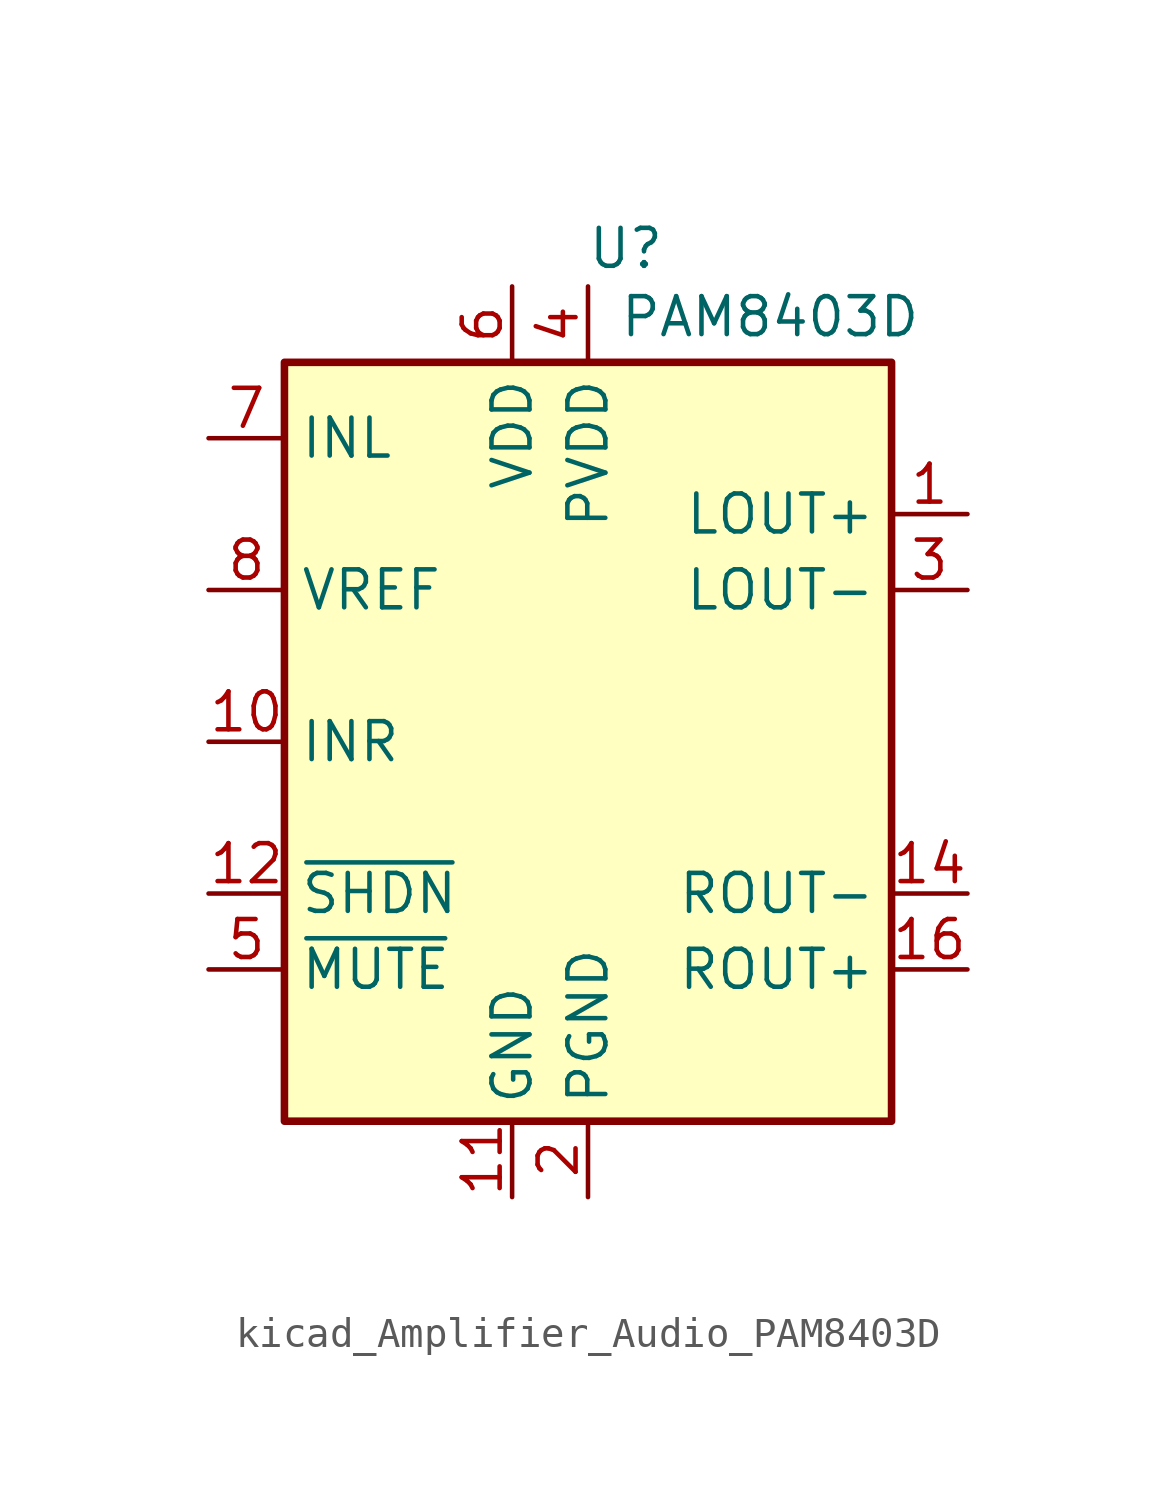
<source format=kicad_sym>
(kicad_symbol_lib
  (version 20220914)
  (generator kicad_symbol_editor)
  (symbol "kicad_Amplifier_Audio_PAM8403D"
    (property "Reference" "U"
      (at 1.27 16.51 0)
      (effects (font (size 1.27 1.27))))
    (property "Value" "PAM8403D"
      (at 6.096 14.224 0)
      (effects (font (size 1.27 1.27))))
    (symbol "kicad_Amplifier_Audio_PAM8403D_0_1"
      (rectangle (start -10.16 12.7) (end 10.16 -12.7) (stroke (width 0.254) (type default)) (fill (type background))))
    (symbol "kicad_Amplifier_Audio_PAM8403D_1_1"
      (pin output line (at 12.7 7.62 180) (length 2.54) (name "LOUT+" (effects (font (size 1.27 1.27)))) (number "1" (effects (font (size 1.27 1.27)))))
      (pin input line (at -12.7 0 0) (length 2.54) (name "INR" (effects (font (size 1.27 1.27)))) (number "10" (effects (font (size 1.27 1.27)))))
      (pin power_in line (at -2.54 -15.24 90) (length 2.54) (name "GND" (effects (font (size 1.27 1.27)))) (number "11" (effects (font (size 1.27 1.27)))))
      (pin input line (at -12.7 -5.08 0) (length 2.54) (name "~{SHDN}" (effects (font (size 1.27 1.27)))) (number "12" (effects (font (size 1.27 1.27)))))
      (pin passive line (at 0 15.24 270) (length 2.54) hide (name "PVDD" (effects (font (size 1.27 1.27)))) (number "13" (effects (font (size 1.27 1.27)))))
      (pin output line (at 12.7 -5.08 180) (length 2.54) (name "ROUT-" (effects (font (size 1.27 1.27)))) (number "14" (effects (font (size 1.27 1.27)))))
      (pin passive line (at 0 -15.24 90) (length 2.54) hide (name "PGND" (effects (font (size 1.27 1.27)))) (number "15" (effects (font (size 1.27 1.27)))))
      (pin output line (at 12.7 -7.62 180) (length 2.54) (name "ROUT+" (effects (font (size 1.27 1.27)))) (number "16" (effects (font (size 1.27 1.27)))))
      (pin power_in line (at 0 -15.24 90) (length 2.54) (name "PGND" (effects (font (size 1.27 1.27)))) (number "2" (effects (font (size 1.27 1.27)))))
      (pin output line (at 12.7 5.08 180) (length 2.54) (name "LOUT-" (effects (font (size 1.27 1.27)))) (number "3" (effects (font (size 1.27 1.27)))))
      (pin power_in line (at 0 15.24 270) (length 2.54) (name "PVDD" (effects (font (size 1.27 1.27)))) (number "4" (effects (font (size 1.27 1.27)))))
      (pin input line (at -12.7 -7.62 0) (length 2.54) (name "~{MUTE}" (effects (font (size 1.27 1.27)))) (number "5" (effects (font (size 1.27 1.27)))))
      (pin power_in line (at -2.54 15.24 270) (length 2.54) (name "VDD" (effects (font (size 1.27 1.27)))) (number "6" (effects (font (size 1.27 1.27)))))
      (pin input line (at -12.7 10.16 0) (length 2.54) (name "INL" (effects (font (size 1.27 1.27)))) (number "7" (effects (font (size 1.27 1.27)))))
      (pin input line (at -12.7 5.08 0) (length 2.54) (name "VREF" (effects (font (size 1.27 1.27)))) (number "8" (effects (font (size 1.27 1.27)))))
      (pin no_connect line (at 10.16 -10.16 180) (length 2.54) hide (name "NC" (effects (font (size 1.27 1.27)))) (number "9" (effects (font (size 1.27 1.27))))))))
</source>
